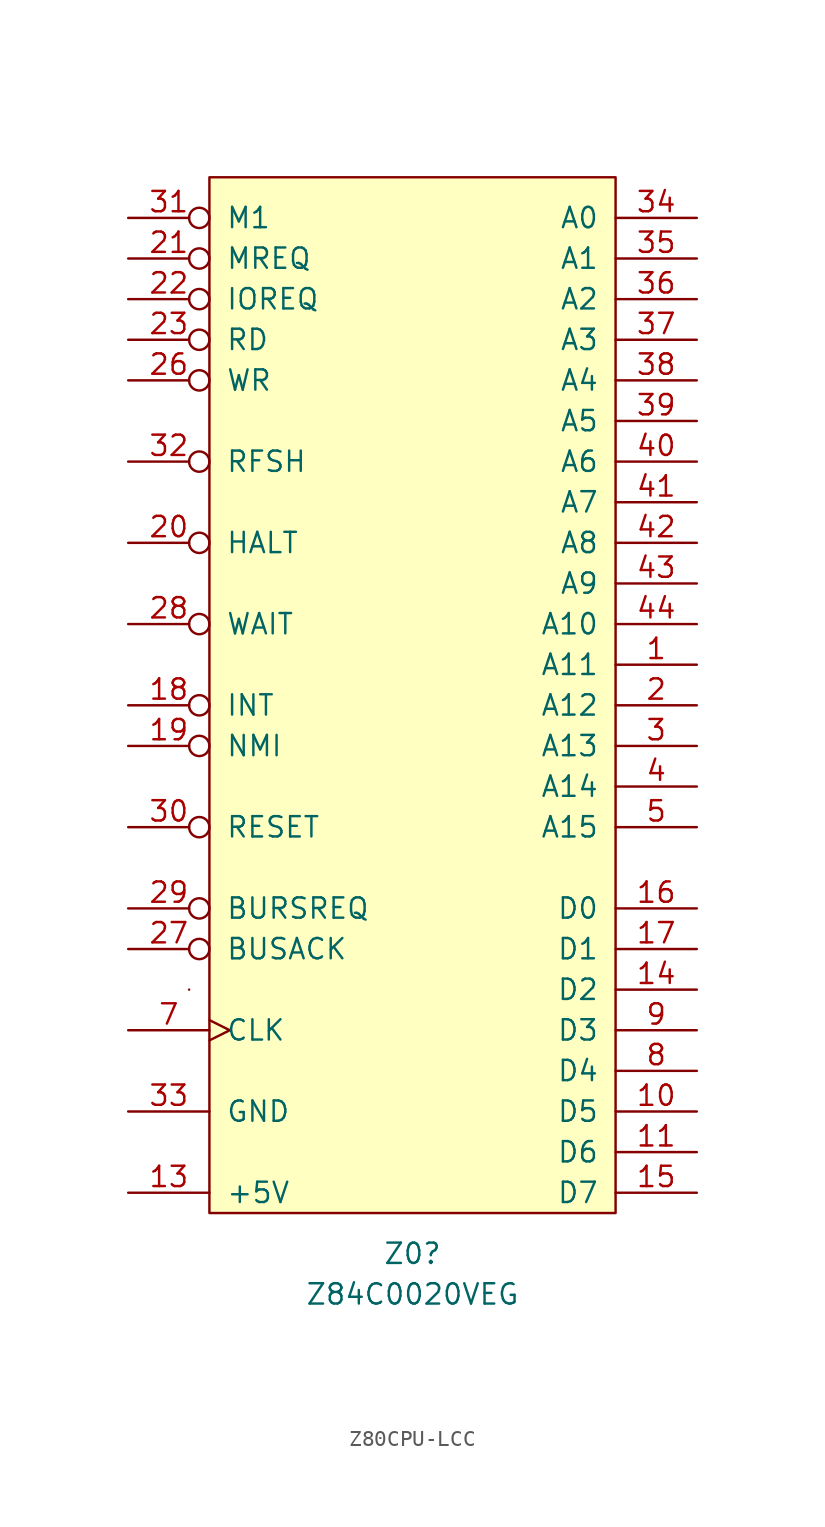
<source format=kicad_sym>
(kicad_symbol_lib
  (version 20211014)
  (generator kicad_symbol_editor)
  (symbol "Z80CPU-LCC"
    (pin_names
      (offset 1.016))
    (property "Reference" "Z0"
      (at 12.7 -67.31 0)
      (effects (font (size 1.27 1.27))))
    (property "Value" "Z84C0020VEG"
      (at 12.7 -69.85 0)
      (effects (font (size 1.27 1.27))))
    (symbol "Z80CPU-LCC_0_0"
      (pin no_connect line (at 11.43 -67.31 90) (length 2.54) hide (name "NC" (effects (font (size 1.27 1.27)))) (number "12" (effects (font (size 1.27 1.27)))))
      (pin no_connect line (at 13.97 -67.31 90) (length 2.54) hide (name "NC" (effects (font (size 1.27 1.27)))) (number "24" (effects (font (size 1.27 1.27)))))
      (pin no_connect line (at 16.51 -67.31 90) (length 2.54) hide (name "NC" (effects (font (size 1.27 1.27)))) (number "25" (effects (font (size 1.27 1.27)))))
      (pin output line (at 30.48 -20.32 180) (length 5.08) (name "A7" (effects (font (size 1.27 1.27)))) (number "41" (effects (font (size 1.27 1.27)))))
      (pin output line (at 30.48 -22.86 180) (length 5.08) (name "A8" (effects (font (size 1.27 1.27)))) (number "42" (effects (font (size 1.27 1.27)))))
      (pin output line (at 30.48 -25.4 180) (length 5.08) (name "A9" (effects (font (size 1.27 1.27)))) (number "43" (effects (font (size 1.27 1.27)))))
      (pin output line (at 30.48 -27.94 180) (length 5.08) (name "A10" (effects (font (size 1.27 1.27)))) (number "44" (effects (font (size 1.27 1.27)))))
      (pin no_connect line (at 8.89 -67.31 90) (length 2.54) hide (name "NC" (effects (font (size 1.27 1.27)))) (number "6" (effects (font (size 1.27 1.27))))))
    (symbol "Z80CPU-LCC_1_0"
      (rectangle (start -1.27 -50.8) (end -1.27 -50.8) (stroke (width 0) (type default) (color 0 0 0 0)) (fill (type none)))
      (rectangle (start 0 0) (end 25.4 -64.77) (stroke (width 0) (type default) (color 0 0 0 0)) (fill (type background)))
      (pin output line (at 30.48 -30.48 180) (length 5.08) (name "A11" (effects (font (size 1.27 1.27)))) (number "1" (effects (font (size 1.27 1.27)))))
      (pin bidirectional line (at 30.48 -58.42 180) (length 5.08) (name "D5" (effects (font (size 1.27 1.27)))) (number "10" (effects (font (size 1.27 1.27)))))
      (pin bidirectional line (at 30.48 -60.96 180) (length 5.08) (name "D6" (effects (font (size 1.27 1.27)))) (number "11" (effects (font (size 1.27 1.27)))))
      (pin power_in line (at -5.08 -63.5 0) (length 5.08) (name "+5V" (effects (font (size 1.27 1.27)))) (number "13" (effects (font (size 1.27 1.27)))))
      (pin bidirectional line (at 30.48 -50.8 180) (length 5.08) (name "D2" (effects (font (size 1.27 1.27)))) (number "14" (effects (font (size 1.27 1.27)))))
      (pin bidirectional line (at 30.48 -63.5 180) (length 5.08) (name "D7" (effects (font (size 1.27 1.27)))) (number "15" (effects (font (size 1.27 1.27)))))
      (pin bidirectional line (at 30.48 -45.72 180) (length 5.08) (name "D0" (effects (font (size 1.27 1.27)))) (number "16" (effects (font (size 1.27 1.27)))))
      (pin bidirectional line (at 30.48 -48.26 180) (length 5.08) (name "D1" (effects (font (size 1.27 1.27)))) (number "17" (effects (font (size 1.27 1.27)))))
      (pin input inverted (at -5.08 -33.02 0) (length 5.08) (name "INT" (effects (font (size 1.27 1.27)))) (number "18" (effects (font (size 1.27 1.27)))))
      (pin input inverted (at -5.08 -35.56 0) (length 5.08) (name "NMI" (effects (font (size 1.27 1.27)))) (number "19" (effects (font (size 1.27 1.27)))))
      (pin output line (at 30.48 -33.02 180) (length 5.08) (name "A12" (effects (font (size 1.27 1.27)))) (number "2" (effects (font (size 1.27 1.27)))))
      (pin output inverted (at -5.08 -22.86 0) (length 5.08) (name "HALT" (effects (font (size 1.27 1.27)))) (number "20" (effects (font (size 1.27 1.27)))))
      (pin output inverted (at -5.08 -5.08 0) (length 5.08) (name "MREQ" (effects (font (size 1.27 1.27)))) (number "21" (effects (font (size 1.27 1.27)))))
      (pin output inverted (at -5.08 -7.62 0) (length 5.08) (name "IOREQ" (effects (font (size 1.27 1.27)))) (number "22" (effects (font (size 1.27 1.27)))))
      (pin output inverted (at -5.08 -10.16 0) (length 5.08) (name "RD" (effects (font (size 1.27 1.27)))) (number "23" (effects (font (size 1.27 1.27)))))
      (pin output inverted (at -5.08 -12.7 0) (length 5.08) (name "WR" (effects (font (size 1.27 1.27)))) (number "26" (effects (font (size 1.27 1.27)))))
      (pin output inverted (at -5.08 -48.26 0) (length 5.08) (name "BUSACK" (effects (font (size 1.27 1.27)))) (number "27" (effects (font (size 1.27 1.27)))))
      (pin input inverted (at -5.08 -27.94 0) (length 5.08) (name "WAIT" (effects (font (size 1.27 1.27)))) (number "28" (effects (font (size 1.27 1.27)))))
      (pin input inverted (at -5.08 -45.72 0) (length 5.08) (name "BURSREQ" (effects (font (size 1.27 1.27)))) (number "29" (effects (font (size 1.27 1.27)))))
      (pin output line (at 30.48 -35.56 180) (length 5.08) (name "A13" (effects (font (size 1.27 1.27)))) (number "3" (effects (font (size 1.27 1.27)))))
      (pin input inverted (at -5.08 -40.64 0) (length 5.08) (name "RESET" (effects (font (size 1.27 1.27)))) (number "30" (effects (font (size 1.27 1.27)))))
      (pin output inverted (at -5.08 -2.54 0) (length 5.08) (name "M1" (effects (font (size 1.27 1.27)))) (number "31" (effects (font (size 1.27 1.27)))))
      (pin output inverted (at -5.08 -17.78 0) (length 5.08) (name "RFSH" (effects (font (size 1.27 1.27)))) (number "32" (effects (font (size 1.27 1.27)))))
      (pin power_in line (at -5.08 -58.42 0) (length 5.08) (name "GND" (effects (font (size 1.27 1.27)))) (number "33" (effects (font (size 1.27 1.27)))))
      (pin output line (at 30.48 -2.54 180) (length 5.08) (name "A0" (effects (font (size 1.27 1.27)))) (number "34" (effects (font (size 1.27 1.27)))))
      (pin output line (at 30.48 -5.08 180) (length 5.08) (name "A1" (effects (font (size 1.27 1.27)))) (number "35" (effects (font (size 1.27 1.27)))))
      (pin output line (at 30.48 -7.62 180) (length 5.08) (name "A2" (effects (font (size 1.27 1.27)))) (number "36" (effects (font (size 1.27 1.27)))))
      (pin output line (at 30.48 -10.16 180) (length 5.08) (name "A3" (effects (font (size 1.27 1.27)))) (number "37" (effects (font (size 1.27 1.27)))))
      (pin output line (at 30.48 -12.7 180) (length 5.08) (name "A4" (effects (font (size 1.27 1.27)))) (number "38" (effects (font (size 1.27 1.27)))))
      (pin output line (at 30.48 -15.24 180) (length 5.08) (name "A5" (effects (font (size 1.27 1.27)))) (number "39" (effects (font (size 1.27 1.27)))))
      (pin output line (at 30.48 -38.1 180) (length 5.08) (name "A14" (effects (font (size 1.27 1.27)))) (number "4" (effects (font (size 1.27 1.27)))))
      (pin output line (at 30.48 -17.78 180) (length 5.08) (name "A6" (effects (font (size 1.27 1.27)))) (number "40" (effects (font (size 1.27 1.27)))))
      (pin output line (at 30.48 -40.64 180) (length 5.08) (name "A15" (effects (font (size 1.27 1.27)))) (number "5" (effects (font (size 1.27 1.27)))))
      (pin input clock (at -5.08 -53.34 0) (length 5.08) (name "CLK" (effects (font (size 1.27 1.27)))) (number "7" (effects (font (size 1.27 1.27)))))
      (pin bidirectional line (at 30.48 -55.88 180) (length 5.08) (name "D4" (effects (font (size 1.27 1.27)))) (number "8" (effects (font (size 1.27 1.27)))))
      (pin bidirectional line (at 30.48 -53.34 180) (length 5.08) (name "D3" (effects (font (size 1.27 1.27)))) (number "9" (effects (font (size 1.27 1.27))))))))
</source>
